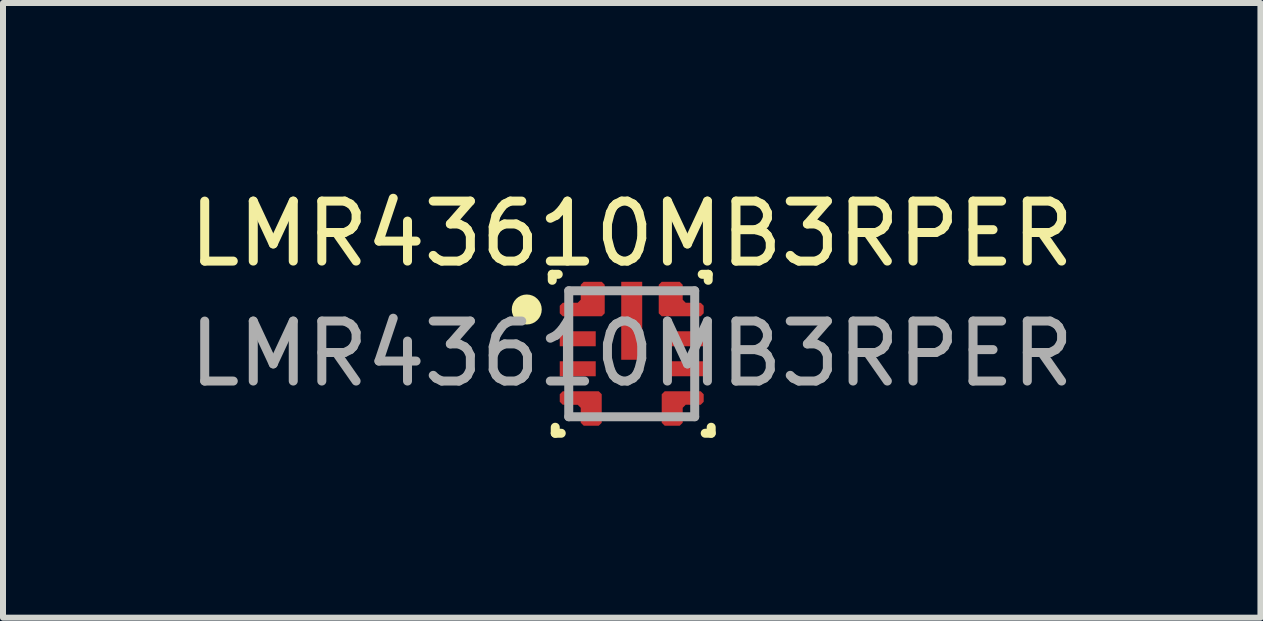
<source format=kicad_pcb>
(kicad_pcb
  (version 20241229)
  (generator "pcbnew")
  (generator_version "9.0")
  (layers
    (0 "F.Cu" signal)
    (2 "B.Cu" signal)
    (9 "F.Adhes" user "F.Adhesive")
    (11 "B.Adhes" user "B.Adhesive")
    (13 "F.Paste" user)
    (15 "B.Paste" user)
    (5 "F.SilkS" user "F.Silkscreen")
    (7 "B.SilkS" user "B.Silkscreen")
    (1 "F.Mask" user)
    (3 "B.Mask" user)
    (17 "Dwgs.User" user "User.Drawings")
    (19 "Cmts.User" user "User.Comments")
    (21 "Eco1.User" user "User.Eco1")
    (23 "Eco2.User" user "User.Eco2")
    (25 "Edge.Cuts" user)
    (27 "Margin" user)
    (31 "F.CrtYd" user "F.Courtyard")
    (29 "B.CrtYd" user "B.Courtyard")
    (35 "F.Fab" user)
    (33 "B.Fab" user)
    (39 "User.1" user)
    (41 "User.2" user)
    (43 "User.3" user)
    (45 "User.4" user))
  (footprint "LMR43610MB3RPER"
    (layer "F.Cu")
    (at 7.482 2.848)
    (property "Reference" "LMR43610MB3RPER" (at 0 -2 0) (unlocked yes) (layer "F.SilkS") (effects (font (size 1 1) (thickness 0.15))))
    (attr smd)
    (fp_poly (pts (xy -1.2 -0.8) (xy -1.15 -0.851) (xy -0.9 -0.851) (xy -0.85 -0.901) (xy -0.85 -1.15) (xy -0.8 -1.2) (xy -0.5 -1.2) (xy -0.45 -1.15) (xy -0.45 -0.675) (xy -0.5 -0.625) (xy -1.15 -0.625) (xy -1.2 -0.675)) (stroke (width 0) (type solid)) (fill yes) (layer "F.Cu"))
    (fp_poly (pts (xy -1.2 0.8) (xy -1.15 0.85) (xy -0.9 0.851) (xy -0.85 0.901) (xy -0.85 1.15) (xy -0.8 1.2) (xy -0.55 1.2) (xy -0.5 1.15) (xy -0.5 0.675) (xy -0.55 0.625) (xy -1.15 0.625) (xy -1.2 0.675)) (stroke (width 0) (type solid)) (fill yes) (layer "F.Cu"))
    (fp_poly (pts (xy 1.2 -0.8) (xy 1.15 -0.85) (xy 0.9 -0.851) (xy 0.85 -0.901) (xy 0.85 -1.15) (xy 0.8 -1.2) (xy 0.5 -1.2) (xy 0.45 -1.15) (xy 0.45 -0.675) (xy 0.5 -0.625) (xy 1.15 -0.625) (xy 1.2 -0.675)) (stroke (width 0) (type solid)) (fill yes) (layer "F.Cu"))
    (fp_poly (pts (xy 1.2 0.8) (xy 1.15 0.851) (xy 0.9 0.85) (xy 0.85 0.901) (xy 0.85 1.15) (xy 0.8 1.2) (xy 0.55 1.2) (xy 0.5 1.15) (xy 0.5 0.675) (xy 0.55 0.625) (xy 1.15 0.625) (xy 1.2 0.675)) (stroke (width 0) (type solid)) (fill yes) (layer "F.Cu"))
    (fp_poly (pts (xy -1.2 -0.8) (xy -1.15 -0.851) (xy -0.9 -0.851) (xy -0.85 -0.901) (xy -0.85 -1.15) (xy -0.8 -1.2) (xy -0.5 -1.2) (xy -0.45 -1.15) (xy -0.45 -0.675) (xy -0.5 -0.625) (xy -1.15 -0.625) (xy -1.2 -0.675)) (stroke (width 0) (type solid)) (fill yes) (layer "F.Mask"))
    (fp_poly (pts (xy -1.2 0.8) (xy -1.2 0.675) (xy -1.15 0.625) (xy -0.55 0.625) (xy -0.5 0.675) (xy -0.5 1.15) (xy -0.55 1.2) (xy -0.8 1.2) (xy -0.85 1.15) (xy -0.85 0.901) (xy -0.9 0.851) (xy -1.15 0.85)) (stroke (width 0) (type solid)) (fill yes) (layer "F.Mask"))
    (fp_poly (pts (xy 1.2 -0.8) (xy 1.2 -0.675) (xy 1.15 -0.625) (xy 0.5 -0.625) (xy 0.45 -0.675) (xy 0.45 -1.15) (xy 0.5 -1.2) (xy 0.8 -1.2) (xy 0.85 -1.15) (xy 0.85 -0.901) (xy 0.9 -0.851) (xy 1.15 -0.85)) (stroke (width 0) (type solid)) (fill yes) (layer "F.Mask"))
    (fp_poly (pts (xy 1.2 0.8) (xy 1.15 0.851) (xy 0.9 0.85) (xy 0.85 0.901) (xy 0.85 1.15) (xy 0.8 1.2) (xy 0.55 1.2) (xy 0.5 1.15) (xy 0.5 0.675) (xy 0.55 0.625) (xy 1.15 0.625) (xy 1.2 0.675)) (stroke (width 0) (type solid)) (fill yes) (layer "F.Mask"))
    (fp_line (start -1.325 -1.325) (end -1.225 -1.325) (stroke (width 0.15) (type solid)) (layer "F.SilkS"))
    (fp_line (start -1.325 -1.225) (end -1.325 -1.325) (stroke (width 0.15) (type solid)) (layer "F.SilkS"))
    (fp_line (start -1.275 1.325) (end -1.275 1.225) (stroke (width 0.15) (type solid)) (layer "F.SilkS"))
    (fp_line (start -1.275 1.325) (end -1.175 1.325) (stroke (width 0.15) (type solid)) (layer "F.SilkS"))
    (fp_line (start 1.175 -1.325) (end 1.275 -1.325) (stroke (width 0.15) (type solid)) (layer "F.SilkS"))
    (fp_line (start 1.225 1.325) (end 1.325 1.325) (stroke (width 0.15) (type solid)) (layer "F.SilkS"))
    (fp_line (start 1.275 -1.225) (end 1.275 -1.325) (stroke (width 0.15) (type solid)) (layer "F.SilkS"))
    (fp_line (start 1.325 1.325) (end 1.325 1.225) (stroke (width 0.15) (type solid)) (layer "F.SilkS"))
    (fp_circle (center -1.75 -0.738) (end -1.625 -0.738) (stroke (width 0.25) (type solid)) (fill no) (layer "F.SilkS"))
    (fp_poly (pts (xy -0.175 0.05) (xy -0.175 -0.4) (xy -0.125 -0.45) (xy 0.125 -0.45) (xy 0.175 -0.4) (xy 0.175 0.05) (xy 0.125 0.1) (xy -0.125 0.1)) (stroke (width 0) (type solid)) (fill yes) (layer "F.Paste"))
    (fp_poly (pts (xy 0.175 -0.7) (xy 0.125 -0.65) (xy -0.125 -0.65) (xy -0.175 -0.7) (xy -0.175 -1.15) (xy -0.125 -1.2) (xy 0.125 -1.2) (xy 0.175 -1.15)) (stroke (width 0) (type solid)) (fill yes) (layer "F.Paste"))
    (fp_poly (pts (xy -1.2 -0.8) (xy -1.15 -0.85) (xy -0.9 -0.851) (xy -0.85 -0.901) (xy -0.85 -1.075) (xy -0.8 -1.125) (xy -0.5 -1.125) (xy -0.45 -1.075) (xy -0.45 -0.675) (xy -0.5 -0.625) (xy -1.15 -0.625) (xy -1.2 -0.675)) (stroke (width 0) (type solid)) (fill yes) (layer "F.Paste"))
    (fp_poly (pts (xy -1.2 0.8) (xy -1.2 0.675) (xy -1.15 0.625) (xy -0.55 0.625) (xy -0.5 0.675) (xy -0.5 1.15) (xy -0.55 1.2) (xy -0.8 1.2) (xy -0.85 1.15) (xy -0.85 0.901) (xy -0.9 0.851) (xy -1.15 0.85)) (stroke (width 0) (type solid)) (fill yes) (layer "F.Paste"))
    (fp_poly (pts (xy 1.2 -0.801) (xy 1.15 -0.851) (xy 0.9 -0.851) (xy 0.85 -0.901) (xy 0.85 -1.076) (xy 0.8 -1.126) (xy 0.5 -1.126) (xy 0.45 -1.076) (xy 0.45 -0.676) (xy 0.5 -0.626) (xy 1.15 -0.626) (xy 1.2 -0.676)) (stroke (width 0) (type solid)) (fill yes) (layer "F.Paste"))
    (fp_poly (pts (xy 1.2 0.8) (xy 1.15 0.851) (xy 0.9 0.85) (xy 0.85 0.901) (xy 0.85 1.15) (xy 0.8 1.2) (xy 0.55 1.2) (xy 0.5 1.15) (xy 0.5 0.675) (xy 0.55 0.625) (xy 1.15 0.625) (xy 1.2 0.675)) (stroke (width 0) (type solid)) (fill yes) (layer "F.Paste"))
    (fp_line (start -1.05 -1.05) (end 1.05 -1.05) (stroke (width 0.15) (type solid)) (layer "F.Fab"))
    (fp_line (start -1.05 1.05) (end -1.05 -1.05) (stroke (width 0.15) (type solid)) (layer "F.Fab"))
    (fp_line (start -1.05 1.05) (end 1.05 1.05) (stroke (width 0.15) (type solid)) (layer "F.Fab"))
    (fp_line (start 1.05 1.05) (end 1.05 -1.05) (stroke (width 0.15) (type solid)) (layer "F.Fab"))
    (fp_text user "${REFERENCE}" (at 0 0 0) (unlocked yes) (layer "F.Fab") (effects (font (size 1 1) (thickness 0.15))))
    (pad "1" smd circle (at -0.661 -0.877) (size 0.342 0.342) (layers "F.Cu" "F.Mask"))
    (pad "2" smd rect (at -0.9 -0.25) (size 0.6 0.25) (layers "F.Cu" "F.Mask" "F.Paste"))
    (pad "3" smd rect (at -0.9 0.25) (size 0.6 0.25) (layers "F.Cu" "F.Mask" "F.Paste"))
    (pad "4" smd circle (at -0.661 0.877) (size 0.291 0.291) (layers "F.Cu" "F.Mask" "F.Paste"))
    (pad "5" smd circle (at 0.68 0.805) (size 0.323 0.323) (layers "F.Cu" "F.Mask" "F.Paste"))
    (pad "6" smd rect (at 0.9 0.25) (size 0.6 0.25) (layers "F.Cu" "F.Mask" "F.Paste"))
    (pad "7" smd rect (at 0.9 -0.25) (size 0.6 0.25) (layers "F.Cu" "F.Mask" "F.Paste"))
    (pad "8" smd circle (at 0.665 -0.841) (size 0.346 0.346) (layers "F.Cu" "F.Mask"))
    (pad "9" smd rect (at 0 -0.55) (size 0.35 1.3) (layers "F.Cu" "F.Mask")))
  (gr_rect
    (start -3 -3)
    (end 17.964 7.248)
    (stroke (width 0.1) (type default))
    (fill no)
    (layer "Edge.Cuts")))
</source>
